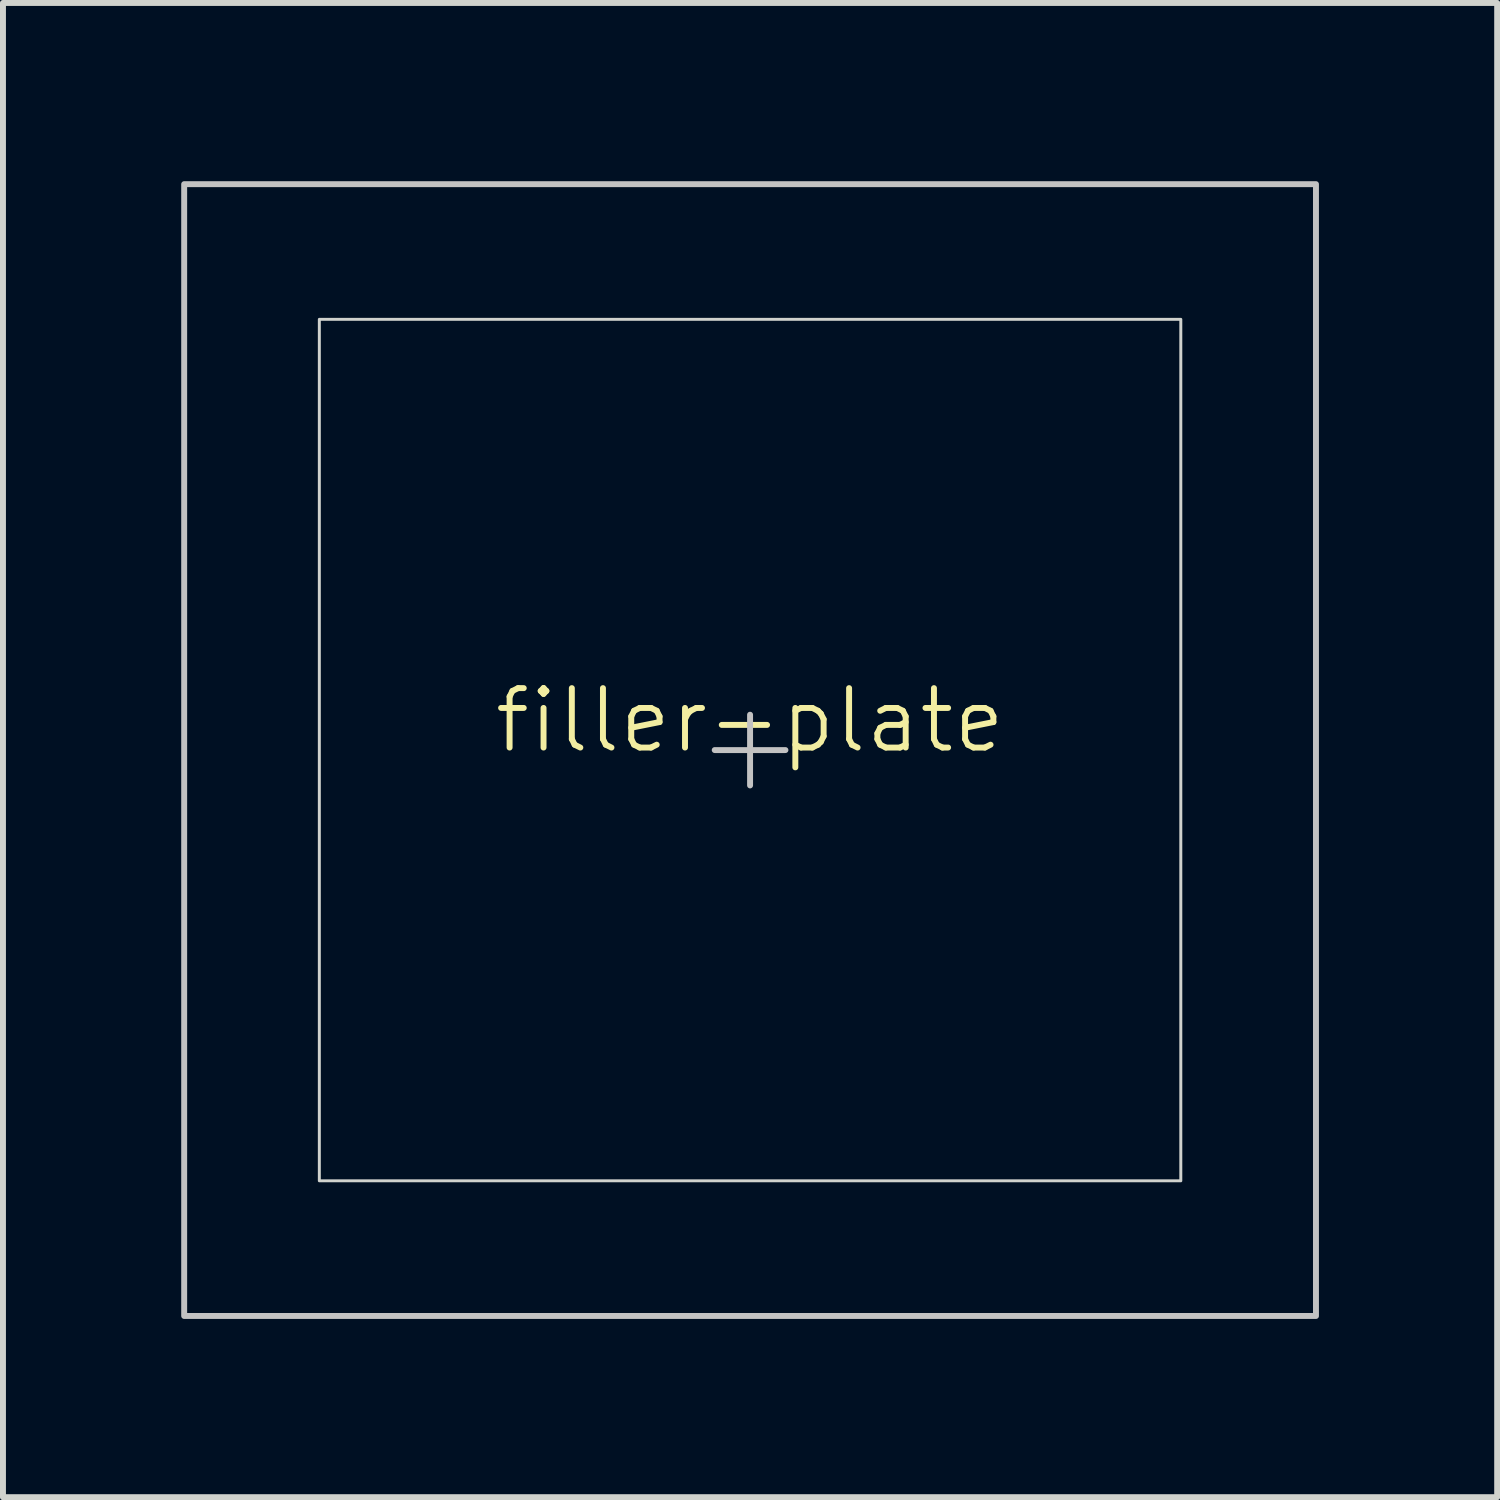
<source format=kicad_pcb>
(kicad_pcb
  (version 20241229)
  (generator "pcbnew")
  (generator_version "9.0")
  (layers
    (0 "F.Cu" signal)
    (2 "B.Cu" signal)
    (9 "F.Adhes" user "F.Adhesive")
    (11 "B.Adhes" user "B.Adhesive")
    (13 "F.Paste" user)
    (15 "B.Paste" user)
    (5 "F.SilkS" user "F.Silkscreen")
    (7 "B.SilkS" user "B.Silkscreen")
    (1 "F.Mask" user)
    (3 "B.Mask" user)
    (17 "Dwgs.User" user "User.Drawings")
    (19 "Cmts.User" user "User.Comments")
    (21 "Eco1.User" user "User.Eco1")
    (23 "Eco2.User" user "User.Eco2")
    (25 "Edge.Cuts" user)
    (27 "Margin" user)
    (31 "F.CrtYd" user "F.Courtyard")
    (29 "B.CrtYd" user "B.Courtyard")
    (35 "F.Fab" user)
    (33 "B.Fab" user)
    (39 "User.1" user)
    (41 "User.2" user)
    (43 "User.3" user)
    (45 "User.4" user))
  (footprint "filler-plate"
    (layer "F.Cu")
    (at 9.575 9.575)
    (property "Reference" "filler-plate" (at 0 -0.5 0) (unlocked yes) (layer "F.SilkS") (effects (font (size 1 1) (thickness 0.1))))
    (fp_line (start -0.595 0) (end 0.595 0) (stroke (width 0.1) (type default)) (layer "Dwgs.User"))
    (fp_line (start 0 0.595) (end 0 -0.595) (stroke (width 0.1) (type default)) (layer "Dwgs.User"))
    (fp_rect (start -9.525 -9.525) (end 9.525 9.525) (stroke (width 0.1) (type default)) (fill no) (layer "Dwgs.User"))
    (fp_rect (start -7.25 -7.25) (end 7.25 7.25) (stroke (width 0.05) (type default)) (fill no) (layer "Edge.Cuts")))
  (gr_rect
    (start -3 -3)
    (end 22.15 22.15)
    (stroke (width 0.1) (type default))
    (fill no)
    (layer "Edge.Cuts")))
</source>
